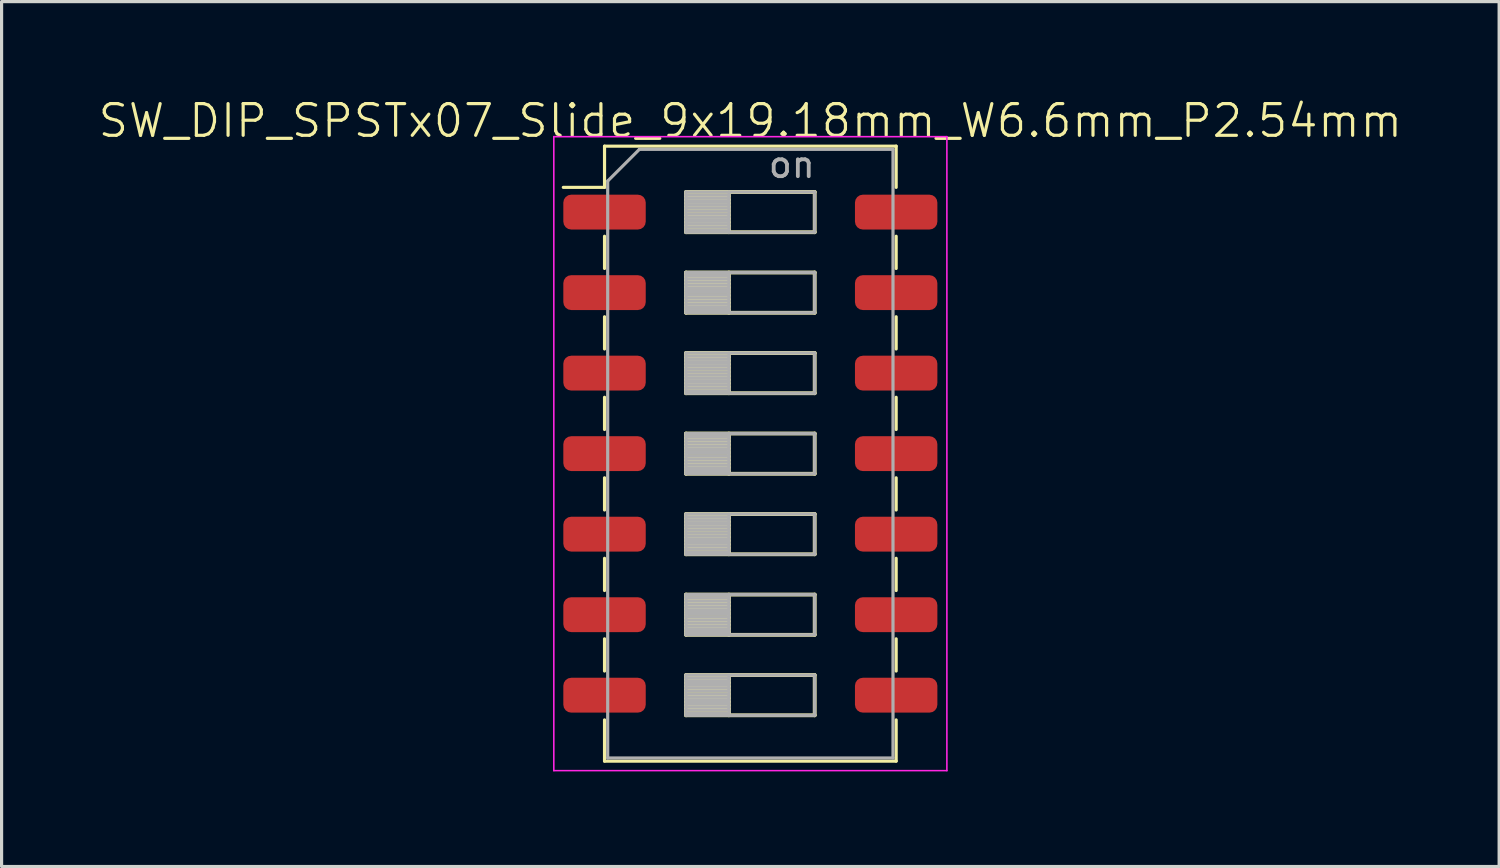
<source format=kicad_pcb>
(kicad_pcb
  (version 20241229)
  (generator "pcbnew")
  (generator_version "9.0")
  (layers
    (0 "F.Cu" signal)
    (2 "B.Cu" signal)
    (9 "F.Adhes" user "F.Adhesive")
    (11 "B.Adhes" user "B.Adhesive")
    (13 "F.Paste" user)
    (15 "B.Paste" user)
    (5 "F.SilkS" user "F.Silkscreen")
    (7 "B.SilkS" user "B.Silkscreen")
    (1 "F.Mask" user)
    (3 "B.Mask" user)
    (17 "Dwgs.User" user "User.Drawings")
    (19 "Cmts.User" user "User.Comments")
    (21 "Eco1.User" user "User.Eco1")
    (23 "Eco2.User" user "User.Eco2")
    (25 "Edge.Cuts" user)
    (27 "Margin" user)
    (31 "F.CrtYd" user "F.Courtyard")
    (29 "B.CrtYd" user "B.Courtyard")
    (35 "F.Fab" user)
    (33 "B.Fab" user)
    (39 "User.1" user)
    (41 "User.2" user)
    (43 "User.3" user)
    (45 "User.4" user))
  (footprint "SW_DIP_SPSTx07_Slide_9x19.18mm_W6.6mm_P2.54mm"
    (layer "F.Cu")
    (at 20.621 11.261)
    (property "Reference" "SW_DIP_SPSTx07_Slide_9x19.18mm_W6.6mm_P2.54mm" (at 0 -10.5 0) (layer "F.SilkS") (effects (font (size 1 1) (thickness 0.1))))
    (attr smd)
    (fp_line (start -4.6 -9.7) (end -4.6 -8.4) (stroke (width 0.1) (type solid)) (layer "F.SilkS"))
    (fp_line (start -4.6 -9.7) (end 4.6 -9.7) (stroke (width 0.1) (type solid)) (layer "F.SilkS"))
    (fp_line (start -4.6 -8.4) (end -5.9 -8.4) (stroke (width 0.1) (type default)) (layer "F.SilkS"))
    (fp_line (start -4.6 -6.858) (end -4.6 -5.842) (stroke (width 0.1) (type solid)) (layer "F.SilkS"))
    (fp_line (start -4.6 -4.318) (end -4.6 -3.302) (stroke (width 0.1) (type solid)) (layer "F.SilkS"))
    (fp_line (start -4.6 -1.778) (end -4.6 -0.762) (stroke (width 0.1) (type solid)) (layer "F.SilkS"))
    (fp_line (start -4.6 0.762) (end -4.6 1.778) (stroke (width 0.1) (type solid)) (layer "F.SilkS"))
    (fp_line (start -4.6 3.302) (end -4.6 4.318) (stroke (width 0.1) (type solid)) (layer "F.SilkS"))
    (fp_line (start -4.6 5.842) (end -4.6 6.858) (stroke (width 0.1) (type solid)) (layer "F.SilkS"))
    (fp_line (start -4.6 8.4) (end -4.6 9.7) (stroke (width 0.1) (type solid)) (layer "F.SilkS"))
    (fp_line (start -4.6 9.7) (end 4.6 9.7) (stroke (width 0.1) (type solid)) (layer "F.SilkS"))
    (fp_line (start -2.03 -8.255) (end -2.03 -6.985) (stroke (width 0.12) (type solid)) (layer "F.SilkS"))
    (fp_line (start -2.03 -8.135) (end -0.677 -8.135) (stroke (width 0.12) (type solid)) (layer "F.SilkS"))
    (fp_line (start -2.03 -8.015) (end -0.677 -8.015) (stroke (width 0.12) (type solid)) (layer "F.SilkS"))
    (fp_line (start -2.03 -7.895) (end -0.677 -7.895) (stroke (width 0.12) (type solid)) (layer "F.SilkS"))
    (fp_line (start -2.03 -7.775) (end -0.677 -7.775) (stroke (width 0.12) (type solid)) (layer "F.SilkS"))
    (fp_line (start -2.03 -7.655) (end -0.677 -7.655) (stroke (width 0.12) (type solid)) (layer "F.SilkS"))
    (fp_line (start -2.03 -7.535) (end -0.677 -7.535) (stroke (width 0.12) (type solid)) (layer "F.SilkS"))
    (fp_line (start -2.03 -7.415) (end -0.677 -7.415) (stroke (width 0.12) (type solid)) (layer "F.SilkS"))
    (fp_line (start -2.03 -7.295) (end -0.677 -7.295) (stroke (width 0.12) (type solid)) (layer "F.SilkS"))
    (fp_line (start -2.03 -7.175) (end -0.677 -7.175) (stroke (width 0.12) (type solid)) (layer "F.SilkS"))
    (fp_line (start -2.03 -7.055) (end -0.677 -7.055) (stroke (width 0.12) (type solid)) (layer "F.SilkS"))
    (fp_line (start -2.03 -6.985) (end 2.03 -6.985) (stroke (width 0.12) (type solid)) (layer "F.SilkS"))
    (fp_line (start -2.03 -5.715) (end -2.03 -4.445) (stroke (width 0.12) (type solid)) (layer "F.SilkS"))
    (fp_line (start -2.03 -5.595) (end -0.677 -5.595) (stroke (width 0.12) (type solid)) (layer "F.SilkS"))
    (fp_line (start -2.03 -5.475) (end -0.677 -5.475) (stroke (width 0.12) (type solid)) (layer "F.SilkS"))
    (fp_line (start -2.03 -5.355) (end -0.677 -5.355) (stroke (width 0.12) (type solid)) (layer "F.SilkS"))
    (fp_line (start -2.03 -5.235) (end -0.677 -5.235) (stroke (width 0.12) (type solid)) (layer "F.SilkS"))
    (fp_line (start -2.03 -5.115) (end -0.677 -5.115) (stroke (width 0.12) (type solid)) (layer "F.SilkS"))
    (fp_line (start -2.03 -4.995) (end -0.677 -4.995) (stroke (width 0.12) (type solid)) (layer "F.SilkS"))
    (fp_line (start -2.03 -4.875) (end -0.677 -4.875) (stroke (width 0.12) (type solid)) (layer "F.SilkS"))
    (fp_line (start -2.03 -4.755) (end -0.677 -4.755) (stroke (width 0.12) (type solid)) (layer "F.SilkS"))
    (fp_line (start -2.03 -4.635) (end -0.677 -4.635) (stroke (width 0.12) (type solid)) (layer "F.SilkS"))
    (fp_line (start -2.03 -4.515) (end -0.677 -4.515) (stroke (width 0.12) (type solid)) (layer "F.SilkS"))
    (fp_line (start -2.03 -4.445) (end 2.03 -4.445) (stroke (width 0.12) (type solid)) (layer "F.SilkS"))
    (fp_line (start -2.03 -3.175) (end -2.03 -1.905) (stroke (width 0.12) (type solid)) (layer "F.SilkS"))
    (fp_line (start -2.03 -3.055) (end -0.677 -3.055) (stroke (width 0.12) (type solid)) (layer "F.SilkS"))
    (fp_line (start -2.03 -2.935) (end -0.677 -2.935) (stroke (width 0.12) (type solid)) (layer "F.SilkS"))
    (fp_line (start -2.03 -2.815) (end -0.677 -2.815) (stroke (width 0.12) (type solid)) (layer "F.SilkS"))
    (fp_line (start -2.03 -2.695) (end -0.677 -2.695) (stroke (width 0.12) (type solid)) (layer "F.SilkS"))
    (fp_line (start -2.03 -2.575) (end -0.677 -2.575) (stroke (width 0.12) (type solid)) (layer "F.SilkS"))
    (fp_line (start -2.03 -2.455) (end -0.677 -2.455) (stroke (width 0.12) (type solid)) (layer "F.SilkS"))
    (fp_line (start -2.03 -2.335) (end -0.677 -2.335) (stroke (width 0.12) (type solid)) (layer "F.SilkS"))
    (fp_line (start -2.03 -2.215) (end -0.677 -2.215) (stroke (width 0.12) (type solid)) (layer "F.SilkS"))
    (fp_line (start -2.03 -2.095) (end -0.677 -2.095) (stroke (width 0.12) (type solid)) (layer "F.SilkS"))
    (fp_line (start -2.03 -1.975) (end -0.677 -1.975) (stroke (width 0.12) (type solid)) (layer "F.SilkS"))
    (fp_line (start -2.03 -1.905) (end 2.03 -1.905) (stroke (width 0.12) (type solid)) (layer "F.SilkS"))
    (fp_line (start -2.03 -0.635) (end -2.03 0.635) (stroke (width 0.12) (type solid)) (layer "F.SilkS"))
    (fp_line (start -2.03 -0.515) (end -0.677 -0.515) (stroke (width 0.12) (type solid)) (layer "F.SilkS"))
    (fp_line (start -2.03 -0.395) (end -0.677 -0.395) (stroke (width 0.12) (type solid)) (layer "F.SilkS"))
    (fp_line (start -2.03 -0.275) (end -0.677 -0.275) (stroke (width 0.12) (type solid)) (layer "F.SilkS"))
    (fp_line (start -2.03 -0.155) (end -0.677 -0.155) (stroke (width 0.12) (type solid)) (layer "F.SilkS"))
    (fp_line (start -2.03 -0.035) (end -0.677 -0.035) (stroke (width 0.12) (type solid)) (layer "F.SilkS"))
    (fp_line (start -2.03 0.085) (end -0.677 0.085) (stroke (width 0.12) (type solid)) (layer "F.SilkS"))
    (fp_line (start -2.03 0.205) (end -0.677 0.205) (stroke (width 0.12) (type solid)) (layer "F.SilkS"))
    (fp_line (start -2.03 0.325) (end -0.677 0.325) (stroke (width 0.12) (type solid)) (layer "F.SilkS"))
    (fp_line (start -2.03 0.445) (end -0.677 0.445) (stroke (width 0.12) (type solid)) (layer "F.SilkS"))
    (fp_line (start -2.03 0.565) (end -0.677 0.565) (stroke (width 0.12) (type solid)) (layer "F.SilkS"))
    (fp_line (start -2.03 0.635) (end 2.03 0.635) (stroke (width 0.12) (type solid)) (layer "F.SilkS"))
    (fp_line (start -2.03 1.905) (end -2.03 3.175) (stroke (width 0.12) (type solid)) (layer "F.SilkS"))
    (fp_line (start -2.03 2.025) (end -0.677 2.025) (stroke (width 0.12) (type solid)) (layer "F.SilkS"))
    (fp_line (start -2.03 2.145) (end -0.677 2.145) (stroke (width 0.12) (type solid)) (layer "F.SilkS"))
    (fp_line (start -2.03 2.265) (end -0.677 2.265) (stroke (width 0.12) (type solid)) (layer "F.SilkS"))
    (fp_line (start -2.03 2.385) (end -0.677 2.385) (stroke (width 0.12) (type solid)) (layer "F.SilkS"))
    (fp_line (start -2.03 2.505) (end -0.677 2.505) (stroke (width 0.12) (type solid)) (layer "F.SilkS"))
    (fp_line (start -2.03 2.625) (end -0.677 2.625) (stroke (width 0.12) (type solid)) (layer "F.SilkS"))
    (fp_line (start -2.03 2.745) (end -0.677 2.745) (stroke (width 0.12) (type solid)) (layer "F.SilkS"))
    (fp_line (start -2.03 2.865) (end -0.677 2.865) (stroke (width 0.12) (type solid)) (layer "F.SilkS"))
    (fp_line (start -2.03 2.985) (end -0.677 2.985) (stroke (width 0.12) (type solid)) (layer "F.SilkS"))
    (fp_line (start -2.03 3.105) (end -0.677 3.105) (stroke (width 0.12) (type solid)) (layer "F.SilkS"))
    (fp_line (start -2.03 3.175) (end 2.03 3.175) (stroke (width 0.12) (type solid)) (layer "F.SilkS"))
    (fp_line (start -2.03 4.445) (end -2.03 5.715) (stroke (width 0.12) (type solid)) (layer "F.SilkS"))
    (fp_line (start -2.03 4.565) (end -0.677 4.565) (stroke (width 0.12) (type solid)) (layer "F.SilkS"))
    (fp_line (start -2.03 4.685) (end -0.677 4.685) (stroke (width 0.12) (type solid)) (layer "F.SilkS"))
    (fp_line (start -2.03 4.805) (end -0.677 4.805) (stroke (width 0.12) (type solid)) (layer "F.SilkS"))
    (fp_line (start -2.03 4.925) (end -0.677 4.925) (stroke (width 0.12) (type solid)) (layer "F.SilkS"))
    (fp_line (start -2.03 5.045) (end -0.677 5.045) (stroke (width 0.12) (type solid)) (layer "F.SilkS"))
    (fp_line (start -2.03 5.165) (end -0.677 5.165) (stroke (width 0.12) (type solid)) (layer "F.SilkS"))
    (fp_line (start -2.03 5.285) (end -0.677 5.285) (stroke (width 0.12) (type solid)) (layer "F.SilkS"))
    (fp_line (start -2.03 5.405) (end -0.677 5.405) (stroke (width 0.12) (type solid)) (layer "F.SilkS"))
    (fp_line (start -2.03 5.525) (end -0.677 5.525) (stroke (width 0.12) (type solid)) (layer "F.SilkS"))
    (fp_line (start -2.03 5.645) (end -0.677 5.645) (stroke (width 0.12) (type solid)) (layer "F.SilkS"))
    (fp_line (start -2.03 5.715) (end 2.03 5.715) (stroke (width 0.12) (type solid)) (layer "F.SilkS"))
    (fp_line (start -2.03 6.985) (end -2.03 8.255) (stroke (width 0.12) (type solid)) (layer "F.SilkS"))
    (fp_line (start -2.03 7.105) (end -0.677 7.105) (stroke (width 0.12) (type solid)) (layer "F.SilkS"))
    (fp_line (start -2.03 7.225) (end -0.677 7.225) (stroke (width 0.12) (type solid)) (layer "F.SilkS"))
    (fp_line (start -2.03 7.345) (end -0.677 7.345) (stroke (width 0.12) (type solid)) (layer "F.SilkS"))
    (fp_line (start -2.03 7.465) (end -0.677 7.465) (stroke (width 0.12) (type solid)) (layer "F.SilkS"))
    (fp_line (start -2.03 7.585) (end -0.677 7.585) (stroke (width 0.12) (type solid)) (layer "F.SilkS"))
    (fp_line (start -2.03 7.705) (end -0.677 7.705) (stroke (width 0.12) (type solid)) (layer "F.SilkS"))
    (fp_line (start -2.03 7.825) (end -0.677 7.825) (stroke (width 0.12) (type solid)) (layer "F.SilkS"))
    (fp_line (start -2.03 7.945) (end -0.677 7.945) (stroke (width 0.12) (type solid)) (layer "F.SilkS"))
    (fp_line (start -2.03 8.065) (end -0.677 8.065) (stroke (width 0.12) (type solid)) (layer "F.SilkS"))
    (fp_line (start -2.03 8.185) (end -0.677 8.185) (stroke (width 0.12) (type solid)) (layer "F.SilkS"))
    (fp_line (start -2.03 8.255) (end 2.03 8.255) (stroke (width 0.12) (type solid)) (layer "F.SilkS"))
    (fp_line (start -0.677 -8.255) (end -0.677 -6.985) (stroke (width 0.12) (type solid)) (layer "F.SilkS"))
    (fp_line (start -0.677 -5.715) (end -0.677 -4.445) (stroke (width 0.12) (type solid)) (layer "F.SilkS"))
    (fp_line (start -0.677 -3.175) (end -0.677 -1.905) (stroke (width 0.12) (type solid)) (layer "F.SilkS"))
    (fp_line (start -0.677 -0.635) (end -0.677 0.635) (stroke (width 0.12) (type solid)) (layer "F.SilkS"))
    (fp_line (start -0.677 1.905) (end -0.677 3.175) (stroke (width 0.12) (type solid)) (layer "F.SilkS"))
    (fp_line (start -0.677 4.445) (end -0.677 5.715) (stroke (width 0.12) (type solid)) (layer "F.SilkS"))
    (fp_line (start -0.677 6.985) (end -0.677 8.255) (stroke (width 0.12) (type solid)) (layer "F.SilkS"))
    (fp_line (start 2.03 -8.255) (end -2.03 -8.255) (stroke (width 0.12) (type solid)) (layer "F.SilkS"))
    (fp_line (start 2.03 -6.985) (end 2.03 -8.255) (stroke (width 0.12) (type solid)) (layer "F.SilkS"))
    (fp_line (start 2.03 -5.715) (end -2.03 -5.715) (stroke (width 0.12) (type solid)) (layer "F.SilkS"))
    (fp_line (start 2.03 -4.445) (end 2.03 -5.715) (stroke (width 0.12) (type solid)) (layer "F.SilkS"))
    (fp_line (start 2.03 -3.175) (end -2.03 -3.175) (stroke (width 0.12) (type solid)) (layer "F.SilkS"))
    (fp_line (start 2.03 -1.905) (end 2.03 -3.175) (stroke (width 0.12) (type solid)) (layer "F.SilkS"))
    (fp_line (start 2.03 -0.635) (end -2.03 -0.635) (stroke (width 0.12) (type solid)) (layer "F.SilkS"))
    (fp_line (start 2.03 0.635) (end 2.03 -0.635) (stroke (width 0.12) (type solid)) (layer "F.SilkS"))
    (fp_line (start 2.03 1.905) (end -2.03 1.905) (stroke (width 0.12) (type solid)) (layer "F.SilkS"))
    (fp_line (start 2.03 3.175) (end 2.03 1.905) (stroke (width 0.12) (type solid)) (layer "F.SilkS"))
    (fp_line (start 2.03 4.445) (end -2.03 4.445) (stroke (width 0.12) (type solid)) (layer "F.SilkS"))
    (fp_line (start 2.03 5.715) (end 2.03 4.445) (stroke (width 0.12) (type solid)) (layer "F.SilkS"))
    (fp_line (start 2.03 6.985) (end -2.03 6.985) (stroke (width 0.12) (type solid)) (layer "F.SilkS"))
    (fp_line (start 2.03 8.255) (end 2.03 6.985) (stroke (width 0.12) (type solid)) (layer "F.SilkS"))
    (fp_line (start 4.6 -9.7) (end 4.6 -8.4) (stroke (width 0.1) (type solid)) (layer "F.SilkS"))
    (fp_line (start 4.6 -6.858) (end 4.6 -5.842) (stroke (width 0.1) (type solid)) (layer "F.SilkS"))
    (fp_line (start 4.6 -4.318) (end 4.6 -3.302) (stroke (width 0.1) (type solid)) (layer "F.SilkS"))
    (fp_line (start 4.6 -1.778) (end 4.6 -0.762) (stroke (width 0.1) (type solid)) (layer "F.SilkS"))
    (fp_line (start 4.6 0.762) (end 4.6 1.778) (stroke (width 0.1) (type solid)) (layer "F.SilkS"))
    (fp_line (start 4.6 3.302) (end 4.6 4.318) (stroke (width 0.1) (type solid)) (layer "F.SilkS"))
    (fp_line (start 4.6 5.842) (end 4.6 6.858) (stroke (width 0.1) (type solid)) (layer "F.SilkS"))
    (fp_line (start 4.6 8.4) (end 4.6 9.7) (stroke (width 0.1) (type solid)) (layer "F.SilkS"))
    (fp_line (start -6.2 -10) (end -6.2 10) (stroke (width 0.05) (type solid)) (layer "F.CrtYd"))
    (fp_line (start -6.2 10) (end 6.2 10) (stroke (width 0.05) (type solid)) (layer "F.CrtYd"))
    (fp_line (start 6.2 -10) (end -6.2 -10) (stroke (width 0.05) (type solid)) (layer "F.CrtYd"))
    (fp_line (start 6.2 10) (end 6.2 -10) (stroke (width 0.05) (type solid)) (layer "F.CrtYd"))
    (fp_line (start -4.5 -8.6) (end -3.5 -9.6) (stroke (width 0.1) (type solid)) (layer "F.Fab"))
    (fp_line (start -4.5 9.6) (end -4.5 -8.6) (stroke (width 0.1) (type solid)) (layer "F.Fab"))
    (fp_line (start -3.5 -9.6) (end 4.5 -9.6) (stroke (width 0.1) (type solid)) (layer "F.Fab"))
    (fp_line (start -2.03 -8.255) (end -2.03 -6.985) (stroke (width 0.1) (type solid)) (layer "F.Fab"))
    (fp_line (start -2.03 -8.155) (end -0.677 -8.155) (stroke (width 0.1) (type solid)) (layer "F.Fab"))
    (fp_line (start -2.03 -8.055) (end -0.677 -8.055) (stroke (width 0.1) (type solid)) (layer "F.Fab"))
    (fp_line (start -2.03 -7.955) (end -0.677 -7.955) (stroke (width 0.1) (type solid)) (layer "F.Fab"))
    (fp_line (start -2.03 -7.855) (end -0.677 -7.855) (stroke (width 0.1) (type solid)) (layer "F.Fab"))
    (fp_line (start -2.03 -7.755) (end -0.677 -7.755) (stroke (width 0.1) (type solid)) (layer "F.Fab"))
    (fp_line (start -2.03 -7.655) (end -0.677 -7.655) (stroke (width 0.1) (type solid)) (layer "F.Fab"))
    (fp_line (start -2.03 -7.555) (end -0.677 -7.555) (stroke (width 0.1) (type solid)) (layer "F.Fab"))
    (fp_line (start -2.03 -7.455) (end -0.677 -7.455) (stroke (width 0.1) (type solid)) (layer "F.Fab"))
    (fp_line (start -2.03 -7.355) (end -0.677 -7.355) (stroke (width 0.1) (type solid)) (layer "F.Fab"))
    (fp_line (start -2.03 -7.255) (end -0.677 -7.255) (stroke (width 0.1) (type solid)) (layer "F.Fab"))
    (fp_line (start -2.03 -7.155) (end -0.677 -7.155) (stroke (width 0.1) (type solid)) (layer "F.Fab"))
    (fp_line (start -2.03 -7.055) (end -0.677 -7.055) (stroke (width 0.1) (type solid)) (layer "F.Fab"))
    (fp_line (start -2.03 -6.985) (end 2.03 -6.985) (stroke (width 0.1) (type solid)) (layer "F.Fab"))
    (fp_line (start -2.03 -5.715) (end -2.03 -4.445) (stroke (width 0.1) (type solid)) (layer "F.Fab"))
    (fp_line (start -2.03 -5.615) (end -0.677 -5.615) (stroke (width 0.1) (type solid)) (layer "F.Fab"))
    (fp_line (start -2.03 -5.515) (end -0.677 -5.515) (stroke (width 0.1) (type solid)) (layer "F.Fab"))
    (fp_line (start -2.03 -5.415) (end -0.677 -5.415) (stroke (width 0.1) (type solid)) (layer "F.Fab"))
    (fp_line (start -2.03 -5.315) (end -0.677 -5.315) (stroke (width 0.1) (type solid)) (layer "F.Fab"))
    (fp_line (start -2.03 -5.215) (end -0.677 -5.215) (stroke (width 0.1) (type solid)) (layer "F.Fab"))
    (fp_line (start -2.03 -5.115) (end -0.677 -5.115) (stroke (width 0.1) (type solid)) (layer "F.Fab"))
    (fp_line (start -2.03 -5.015) (end -0.677 -5.015) (stroke (width 0.1) (type solid)) (layer "F.Fab"))
    (fp_line (start -2.03 -4.915) (end -0.677 -4.915) (stroke (width 0.1) (type solid)) (layer "F.Fab"))
    (fp_line (start -2.03 -4.815) (end -0.677 -4.815) (stroke (width 0.1) (type solid)) (layer "F.Fab"))
    (fp_line (start -2.03 -4.715) (end -0.677 -4.715) (stroke (width 0.1) (type solid)) (layer "F.Fab"))
    (fp_line (start -2.03 -4.615) (end -0.677 -4.615) (stroke (width 0.1) (type solid)) (layer "F.Fab"))
    (fp_line (start -2.03 -4.515) (end -0.677 -4.515) (stroke (width 0.1) (type solid)) (layer "F.Fab"))
    (fp_line (start -2.03 -4.445) (end 2.03 -4.445) (stroke (width 0.1) (type solid)) (layer "F.Fab"))
    (fp_line (start -2.03 -3.175) (end -2.03 -1.905) (stroke (width 0.1) (type solid)) (layer "F.Fab"))
    (fp_line (start -2.03 -3.075) (end -0.677 -3.075) (stroke (width 0.1) (type solid)) (layer "F.Fab"))
    (fp_line (start -2.03 -2.975) (end -0.677 -2.975) (stroke (width 0.1) (type solid)) (layer "F.Fab"))
    (fp_line (start -2.03 -2.875) (end -0.677 -2.875) (stroke (width 0.1) (type solid)) (layer "F.Fab"))
    (fp_line (start -2.03 -2.775) (end -0.677 -2.775) (stroke (width 0.1) (type solid)) (layer "F.Fab"))
    (fp_line (start -2.03 -2.675) (end -0.677 -2.675) (stroke (width 0.1) (type solid)) (layer "F.Fab"))
    (fp_line (start -2.03 -2.575) (end -0.677 -2.575) (stroke (width 0.1) (type solid)) (layer "F.Fab"))
    (fp_line (start -2.03 -2.475) (end -0.677 -2.475) (stroke (width 0.1) (type solid)) (layer "F.Fab"))
    (fp_line (start -2.03 -2.375) (end -0.677 -2.375) (stroke (width 0.1) (type solid)) (layer "F.Fab"))
    (fp_line (start -2.03 -2.275) (end -0.677 -2.275) (stroke (width 0.1) (type solid)) (layer "F.Fab"))
    (fp_line (start -2.03 -2.175) (end -0.677 -2.175) (stroke (width 0.1) (type solid)) (layer "F.Fab"))
    (fp_line (start -2.03 -2.075) (end -0.677 -2.075) (stroke (width 0.1) (type solid)) (layer "F.Fab"))
    (fp_line (start -2.03 -1.975) (end -0.677 -1.975) (stroke (width 0.1) (type solid)) (layer "F.Fab"))
    (fp_line (start -2.03 -1.905) (end 2.03 -1.905) (stroke (width 0.1) (type solid)) (layer "F.Fab"))
    (fp_line (start -2.03 -0.635) (end -2.03 0.635) (stroke (width 0.1) (type solid)) (layer "F.Fab"))
    (fp_line (start -2.03 -0.535) (end -0.677 -0.535) (stroke (width 0.1) (type solid)) (layer "F.Fab"))
    (fp_line (start -2.03 -0.435) (end -0.677 -0.435) (stroke (width 0.1) (type solid)) (layer "F.Fab"))
    (fp_line (start -2.03 -0.335) (end -0.677 -0.335) (stroke (width 0.1) (type solid)) (layer "F.Fab"))
    (fp_line (start -2.03 -0.235) (end -0.677 -0.235) (stroke (width 0.1) (type solid)) (layer "F.Fab"))
    (fp_line (start -2.03 -0.135) (end -0.677 -0.135) (stroke (width 0.1) (type solid)) (layer "F.Fab"))
    (fp_line (start -2.03 -0.035) (end -0.677 -0.035) (stroke (width 0.1) (type solid)) (layer "F.Fab"))
    (fp_line (start -2.03 0.065) (end -0.677 0.065) (stroke (width 0.1) (type solid)) (layer "F.Fab"))
    (fp_line (start -2.03 0.165) (end -0.677 0.165) (stroke (width 0.1) (type solid)) (layer "F.Fab"))
    (fp_line (start -2.03 0.265) (end -0.677 0.265) (stroke (width 0.1) (type solid)) (layer "F.Fab"))
    (fp_line (start -2.03 0.365) (end -0.677 0.365) (stroke (width 0.1) (type solid)) (layer "F.Fab"))
    (fp_line (start -2.03 0.465) (end -0.677 0.465) (stroke (width 0.1) (type solid)) (layer "F.Fab"))
    (fp_line (start -2.03 0.565) (end -0.677 0.565) (stroke (width 0.1) (type solid)) (layer "F.Fab"))
    (fp_line (start -2.03 0.635) (end 2.03 0.635) (stroke (width 0.1) (type solid)) (layer "F.Fab"))
    (fp_line (start -2.03 1.905) (end -2.03 3.175) (stroke (width 0.1) (type solid)) (layer "F.Fab"))
    (fp_line (start -2.03 2.005) (end -0.677 2.005) (stroke (width 0.1) (type solid)) (layer "F.Fab"))
    (fp_line (start -2.03 2.105) (end -0.677 2.105) (stroke (width 0.1) (type solid)) (layer "F.Fab"))
    (fp_line (start -2.03 2.205) (end -0.677 2.205) (stroke (width 0.1) (type solid)) (layer "F.Fab"))
    (fp_line (start -2.03 2.305) (end -0.677 2.305) (stroke (width 0.1) (type solid)) (layer "F.Fab"))
    (fp_line (start -2.03 2.405) (end -0.677 2.405) (stroke (width 0.1) (type solid)) (layer "F.Fab"))
    (fp_line (start -2.03 2.505) (end -0.677 2.505) (stroke (width 0.1) (type solid)) (layer "F.Fab"))
    (fp_line (start -2.03 2.605) (end -0.677 2.605) (stroke (width 0.1) (type solid)) (layer "F.Fab"))
    (fp_line (start -2.03 2.705) (end -0.677 2.705) (stroke (width 0.1) (type solid)) (layer "F.Fab"))
    (fp_line (start -2.03 2.805) (end -0.677 2.805) (stroke (width 0.1) (type solid)) (layer "F.Fab"))
    (fp_line (start -2.03 2.905) (end -0.677 2.905) (stroke (width 0.1) (type solid)) (layer "F.Fab"))
    (fp_line (start -2.03 3.005) (end -0.677 3.005) (stroke (width 0.1) (type solid)) (layer "F.Fab"))
    (fp_line (start -2.03 3.105) (end -0.677 3.105) (stroke (width 0.1) (type solid)) (layer "F.Fab"))
    (fp_line (start -2.03 3.175) (end 2.03 3.175) (stroke (width 0.1) (type solid)) (layer "F.Fab"))
    (fp_line (start -2.03 4.445) (end -2.03 5.715) (stroke (width 0.1) (type solid)) (layer "F.Fab"))
    (fp_line (start -2.03 4.545) (end -0.677 4.545) (stroke (width 0.1) (type solid)) (layer "F.Fab"))
    (fp_line (start -2.03 4.645) (end -0.677 4.645) (stroke (width 0.1) (type solid)) (layer "F.Fab"))
    (fp_line (start -2.03 4.745) (end -0.677 4.745) (stroke (width 0.1) (type solid)) (layer "F.Fab"))
    (fp_line (start -2.03 4.845) (end -0.677 4.845) (stroke (width 0.1) (type solid)) (layer "F.Fab"))
    (fp_line (start -2.03 4.945) (end -0.677 4.945) (stroke (width 0.1) (type solid)) (layer "F.Fab"))
    (fp_line (start -2.03 5.045) (end -0.677 5.045) (stroke (width 0.1) (type solid)) (layer "F.Fab"))
    (fp_line (start -2.03 5.145) (end -0.677 5.145) (stroke (width 0.1) (type solid)) (layer "F.Fab"))
    (fp_line (start -2.03 5.245) (end -0.677 5.245) (stroke (width 0.1) (type solid)) (layer "F.Fab"))
    (fp_line (start -2.03 5.345) (end -0.677 5.345) (stroke (width 0.1) (type solid)) (layer "F.Fab"))
    (fp_line (start -2.03 5.445) (end -0.677 5.445) (stroke (width 0.1) (type solid)) (layer "F.Fab"))
    (fp_line (start -2.03 5.545) (end -0.677 5.545) (stroke (width 0.1) (type solid)) (layer "F.Fab"))
    (fp_line (start -2.03 5.645) (end -0.677 5.645) (stroke (width 0.1) (type solid)) (layer "F.Fab"))
    (fp_line (start -2.03 5.715) (end 2.03 5.715) (stroke (width 0.1) (type solid)) (layer "F.Fab"))
    (fp_line (start -2.03 6.985) (end -2.03 8.255) (stroke (width 0.1) (type solid)) (layer "F.Fab"))
    (fp_line (start -2.03 7.085) (end -0.677 7.085) (stroke (width 0.1) (type solid)) (layer "F.Fab"))
    (fp_line (start -2.03 7.185) (end -0.677 7.185) (stroke (width 0.1) (type solid)) (layer "F.Fab"))
    (fp_line (start -2.03 7.285) (end -0.677 7.285) (stroke (width 0.1) (type solid)) (layer "F.Fab"))
    (fp_line (start -2.03 7.385) (end -0.677 7.385) (stroke (width 0.1) (type solid)) (layer "F.Fab"))
    (fp_line (start -2.03 7.485) (end -0.677 7.485) (stroke (width 0.1) (type solid)) (layer "F.Fab"))
    (fp_line (start -2.03 7.585) (end -0.677 7.585) (stroke (width 0.1) (type solid)) (layer "F.Fab"))
    (fp_line (start -2.03 7.685) (end -0.677 7.685) (stroke (width 0.1) (type solid)) (layer "F.Fab"))
    (fp_line (start -2.03 7.785) (end -0.677 7.785) (stroke (width 0.1) (type solid)) (layer "F.Fab"))
    (fp_line (start -2.03 7.885) (end -0.677 7.885) (stroke (width 0.1) (type solid)) (layer "F.Fab"))
    (fp_line (start -2.03 7.985) (end -0.677 7.985) (stroke (width 0.1) (type solid)) (layer "F.Fab"))
    (fp_line (start -2.03 8.085) (end -0.677 8.085) (stroke (width 0.1) (type solid)) (layer "F.Fab"))
    (fp_line (start -2.03 8.185) (end -0.677 8.185) (stroke (width 0.1) (type solid)) (layer "F.Fab"))
    (fp_line (start -2.03 8.255) (end 2.03 8.255) (stroke (width 0.1) (type solid)) (layer "F.Fab"))
    (fp_line (start -0.677 -8.255) (end -0.677 -6.985) (stroke (width 0.1) (type solid)) (layer "F.Fab"))
    (fp_line (start -0.677 -5.715) (end -0.677 -4.445) (stroke (width 0.1) (type solid)) (layer "F.Fab"))
    (fp_line (start -0.677 -3.175) (end -0.677 -1.905) (stroke (width 0.1) (type solid)) (layer "F.Fab"))
    (fp_line (start -0.677 -0.635) (end -0.677 0.635) (stroke (width 0.1) (type solid)) (layer "F.Fab"))
    (fp_line (start -0.677 1.905) (end -0.677 3.175) (stroke (width 0.1) (type solid)) (layer "F.Fab"))
    (fp_line (start -0.677 4.445) (end -0.677 5.715) (stroke (width 0.1) (type solid)) (layer "F.Fab"))
    (fp_line (start -0.677 6.985) (end -0.677 8.255) (stroke (width 0.1) (type solid)) (layer "F.Fab"))
    (fp_line (start 2.03 -8.255) (end -2.03 -8.255) (stroke (width 0.1) (type solid)) (layer "F.Fab"))
    (fp_line (start 2.03 -6.985) (end 2.03 -8.255) (stroke (width 0.1) (type solid)) (layer "F.Fab"))
    (fp_line (start 2.03 -5.715) (end -2.03 -5.715) (stroke (width 0.1) (type solid)) (layer "F.Fab"))
    (fp_line (start 2.03 -4.445) (end 2.03 -5.715) (stroke (width 0.1) (type solid)) (layer "F.Fab"))
    (fp_line (start 2.03 -3.175) (end -2.03 -3.175) (stroke (width 0.1) (type solid)) (layer "F.Fab"))
    (fp_line (start 2.03 -1.905) (end 2.03 -3.175) (stroke (width 0.1) (type solid)) (layer "F.Fab"))
    (fp_line (start 2.03 -0.635) (end -2.03 -0.635) (stroke (width 0.1) (type solid)) (layer "F.Fab"))
    (fp_line (start 2.03 0.635) (end 2.03 -0.635) (stroke (width 0.1) (type solid)) (layer "F.Fab"))
    (fp_line (start 2.03 1.905) (end -2.03 1.905) (stroke (width 0.1) (type solid)) (layer "F.Fab"))
    (fp_line (start 2.03 3.175) (end 2.03 1.905) (stroke (width 0.1) (type solid)) (layer "F.Fab"))
    (fp_line (start 2.03 4.445) (end -2.03 4.445) (stroke (width 0.1) (type solid)) (layer "F.Fab"))
    (fp_line (start 2.03 5.715) (end 2.03 4.445) (stroke (width 0.1) (type solid)) (layer "F.Fab"))
    (fp_line (start 2.03 6.985) (end -2.03 6.985) (stroke (width 0.1) (type solid)) (layer "F.Fab"))
    (fp_line (start 2.03 8.255) (end 2.03 6.985) (stroke (width 0.1) (type solid)) (layer "F.Fab"))
    (fp_line (start 4.5 -9.6) (end 4.5 9.6) (stroke (width 0.1) (type solid)) (layer "F.Fab"))
    (fp_line (start 4.5 9.6) (end -4.5 9.6) (stroke (width 0.1) (type solid)) (layer "F.Fab"))
    (fp_text user "on" (at 1.308 -9.117 0) (layer "F.Fab") (effects (font (size 0.8 0.8) (thickness 0.12))))
    (pad "1" smd roundrect (at -4.6 -7.62) (size 2.6 1.1) (layers "F.Cu" "F.Mask" "F.Paste") (roundrect_rratio 0.227))
    (pad "2" smd roundrect (at -4.6 -5.08) (size 2.6 1.1) (layers "F.Cu" "F.Mask" "F.Paste") (roundrect_rratio 0.227))
    (pad "3" smd roundrect (at -4.6 -2.54) (size 2.6 1.1) (layers "F.Cu" "F.Mask" "F.Paste") (roundrect_rratio 0.227))
    (pad "4" smd roundrect (at -4.6 0) (size 2.6 1.1) (layers "F.Cu" "F.Mask" "F.Paste") (roundrect_rratio 0.227))
    (pad "5" smd roundrect (at -4.6 2.54) (size 2.6 1.1) (layers "F.Cu" "F.Mask" "F.Paste") (roundrect_rratio 0.227))
    (pad "6" smd roundrect (at -4.6 5.08) (size 2.6 1.1) (layers "F.Cu" "F.Mask" "F.Paste") (roundrect_rratio 0.227))
    (pad "7" smd roundrect (at -4.6 7.62) (size 2.6 1.1) (layers "F.Cu" "F.Mask" "F.Paste") (roundrect_rratio 0.227))
    (pad "8" smd roundrect (at 4.6 7.62) (size 2.6 1.1) (layers "F.Cu" "F.Mask" "F.Paste") (roundrect_rratio 0.227))
    (pad "9" smd roundrect (at 4.6 5.08) (size 2.6 1.1) (layers "F.Cu" "F.Mask" "F.Paste") (roundrect_rratio 0.227))
    (pad "10" smd roundrect (at 4.6 2.54) (size 2.6 1.1) (layers "F.Cu" "F.Mask" "F.Paste") (roundrect_rratio 0.227))
    (pad "11" smd roundrect (at 4.6 0) (size 2.6 1.1) (layers "F.Cu" "F.Mask" "F.Paste") (roundrect_rratio 0.227))
    (pad "12" smd roundrect (at 4.6 -2.54) (size 2.6 1.1) (layers "F.Cu" "F.Mask" "F.Paste") (roundrect_rratio 0.227))
    (pad "13" smd roundrect (at 4.6 -5.08) (size 2.6 1.1) (layers "F.Cu" "F.Mask" "F.Paste") (roundrect_rratio 0.227))
    (pad "14" smd roundrect (at 4.6 -7.62) (size 2.6 1.1) (layers "F.Cu" "F.Mask" "F.Paste") (roundrect_rratio 0.227)))
  (gr_rect
    (start -3 -3)
    (end 44.243 24.285)
    (stroke (width 0.1) (type default))
    (fill no)
    (layer "Edge.Cuts")))
</source>
